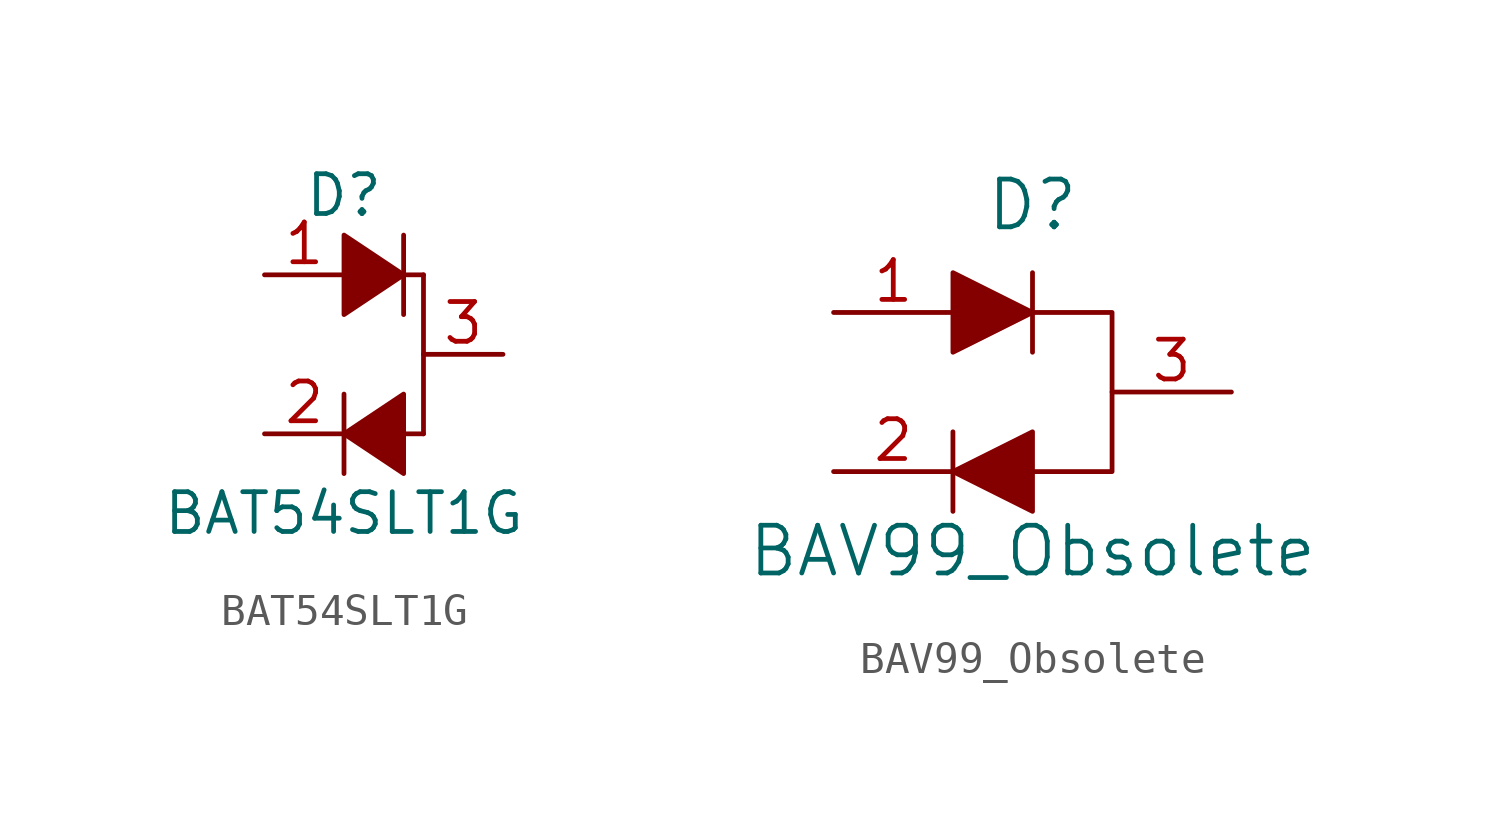
<source format=kicad_sym>
(kicad_symbol_lib
  (version 20211014)
  (generator kicad_symbol_editor)
  (symbol "BAT54SLT1G"
    (pin_names
      (offset 1.016))
    (property "Reference" "D"
      (at 0 5.08 0)
      (effects (font (size 1.27 1.27))))
    (property "Value" "BAT54SLT1G"
      (at 0 -5.08 0)
      (effects (font (size 1.27 1.27))))
    (symbol "BAT54SLT1G_0_1"
      (polyline (pts (xy 0 -1.27) (xy 0 -3.81)) (stroke (width 0) (type default) (color 0 0 0 0)) (fill (type none)))
      (polyline (pts (xy 1.905 1.27) (xy 1.905 3.81)) (stroke (width 0) (type default) (color 0 0 0 0)) (fill (type none)))
      (polyline (pts (xy 2.54 -2.54) (xy 1.905 -2.54)) (stroke (width 0) (type default) (color 0 0 0 0)) (fill (type none)))
      (polyline (pts (xy 2.54 -2.54) (xy 2.54 2.54)) (stroke (width 0) (type default) (color 0 0 0 0)) (fill (type none)))
      (polyline (pts (xy 2.54 2.54) (xy 1.905 2.54)) (stroke (width 0) (type default) (color 0 0 0 0)) (fill (type none)))
      (polyline (pts (xy 0 1.27) (xy 0 3.81) (xy 1.905 2.54) (xy 0 1.27)) (stroke (width 0) (type default) (color 0 0 0 0)) (fill (type outline)))
      (polyline (pts (xy 1.905 -3.81) (xy 1.905 -1.27) (xy 0 -2.54) (xy 1.905 -3.81)) (stroke (width 0) (type default) (color 0 0 0 0)) (fill (type outline))))
    (symbol "BAT54SLT1G_1_1"
      (pin passive line (at -2.54 2.54 0) (length 2.54) (name "~" (effects (font (size 1.27 1.27)))) (number "1" (effects (font (size 1.27 1.27)))))
      (pin passive line (at -2.54 -2.54 0) (length 2.54) (name "~" (effects (font (size 1.27 1.27)))) (number "2" (effects (font (size 1.27 1.27)))))
      (pin passive line (at 5.08 0 180) (length 2.54) (name "~" (effects (font (size 1.27 1.27)))) (number "3" (effects (font (size 1.27 1.27)))))))
  (symbol "BAV99_Obsolete"
    (pin_names
      (offset 1.016))
    (property "Reference" "D"
      (at 1.27 5.08 0)
      (effects (font (size 1.524 1.524)) (justify bottom)))
    (property "Value" "BAV99_Obsolete"
      (at 1.27 -5.08 0)
      (effects (font (size 1.524 1.524))))
    (symbol "BAV99_Obsolete_0_1"
      (polyline (pts (xy -1.27 -1.27) (xy -1.27 -3.81)) (stroke (width 0) (type default) (color 0 0 0 0)) (fill (type none)))
      (polyline (pts (xy 1.27 3.81) (xy 1.27 1.27)) (stroke (width 0) (type default) (color 0 0 0 0)) (fill (type none)))
      (polyline (pts (xy -1.27 3.81) (xy -1.27 1.27) (xy 1.27 2.54) (xy -1.27 3.81)) (stroke (width 0) (type default) (color 0 0 0 0)) (fill (type outline)))
      (polyline (pts (xy 1.27 -1.27) (xy 1.27 -3.81) (xy -1.27 -2.54) (xy 1.27 -1.27)) (stroke (width 0) (type default) (color 0 0 0 0)) (fill (type outline))))
    (symbol "BAV99_Obsolete_1_1"
      (polyline (pts (xy 1.27 2.54) (xy 3.81 2.54) (xy 3.81 -2.54) (xy 1.27 -2.54)) (stroke (width 0) (type default) (color 0 0 0 0)) (fill (type none)))
      (pin passive line (at -5.08 2.54 0) (length 3.81) (name "~" (effects (font (size 1.27 1.27)))) (number "1" (effects (font (size 1.27 1.27)))))
      (pin passive line (at -5.08 -2.54 0) (length 3.81) (name "~" (effects (font (size 1.27 1.27)))) (number "2" (effects (font (size 1.27 1.27)))))
      (pin passive line (at 7.62 0 180) (length 3.81) (name "~" (effects (font (size 1.27 1.27)))) (number "3" (effects (font (size 1.27 1.27))))))))
</source>
